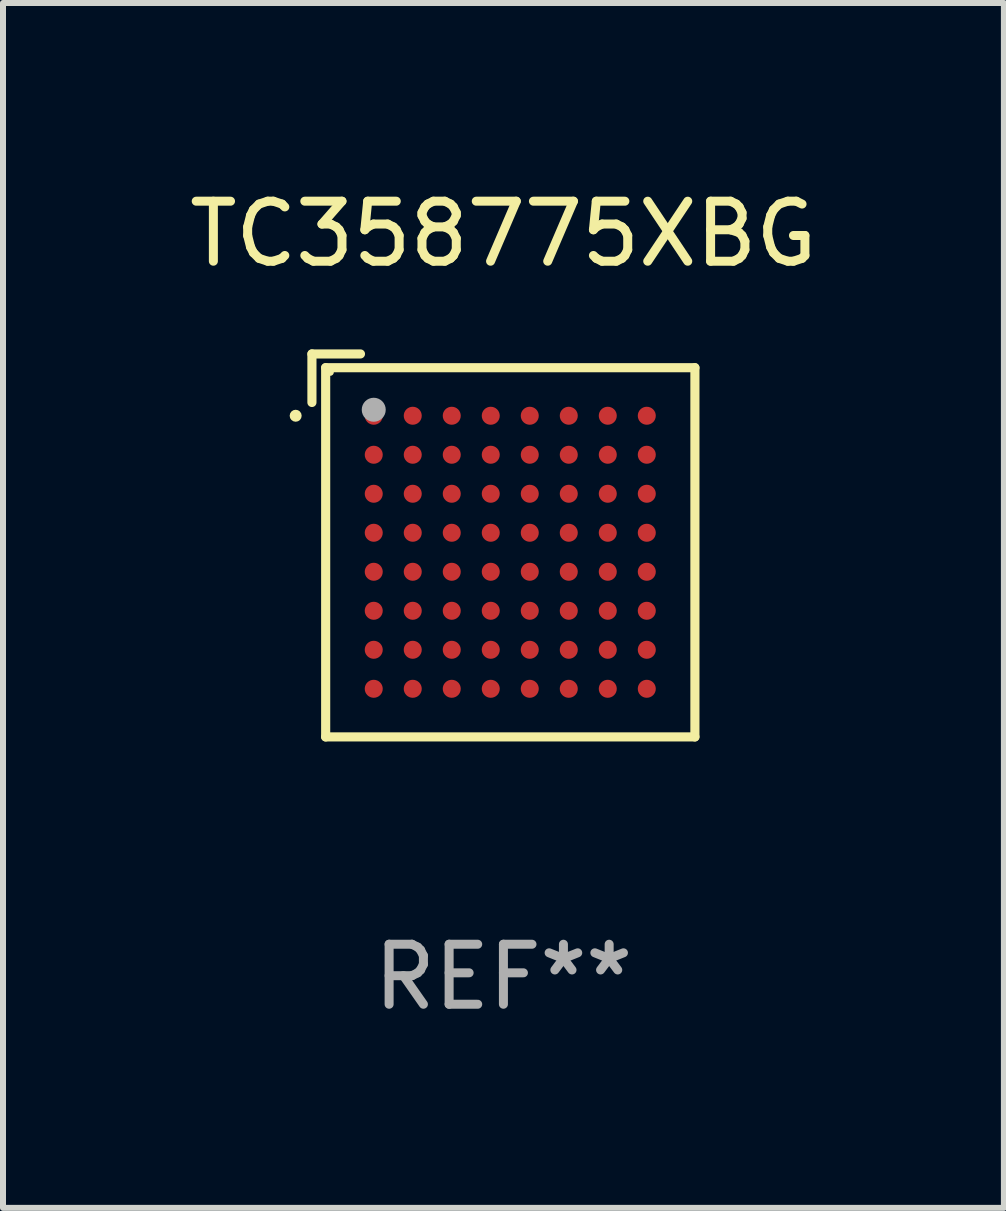
<source format=kicad_pcb>
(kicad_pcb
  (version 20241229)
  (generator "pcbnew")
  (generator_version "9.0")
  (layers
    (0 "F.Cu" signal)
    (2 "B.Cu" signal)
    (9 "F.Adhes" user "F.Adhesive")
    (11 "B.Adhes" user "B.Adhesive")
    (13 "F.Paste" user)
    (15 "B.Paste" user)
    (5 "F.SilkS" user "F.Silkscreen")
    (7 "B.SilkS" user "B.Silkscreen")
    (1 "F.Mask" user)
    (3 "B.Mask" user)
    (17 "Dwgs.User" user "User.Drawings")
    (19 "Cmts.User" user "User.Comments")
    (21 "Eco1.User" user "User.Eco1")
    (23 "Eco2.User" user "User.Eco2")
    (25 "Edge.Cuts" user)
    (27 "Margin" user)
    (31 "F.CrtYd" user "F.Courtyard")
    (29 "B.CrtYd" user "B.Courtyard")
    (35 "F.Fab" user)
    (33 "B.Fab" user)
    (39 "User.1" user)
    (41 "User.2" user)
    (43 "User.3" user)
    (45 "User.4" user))
  (footprint "TC358775XBG"
    (layer "F.Cu")
    (at 5.339 6.039)
    (property "Reference" "TC358775XBG" (at 0 -5.191 0) (layer "F.SilkS") (effects (font (size 1 1) (thickness 0.15))))
    (attr through_hole)
    (fp_line (start -3.191 -3.191) (end -2.382 -3.191) (stroke (width 0.152) (type solid)) (layer "F.SilkS"))
    (fp_line (start -3.191 -2.382) (end -3.191 -3.191) (stroke (width 0.152) (type solid)) (layer "F.SilkS"))
    (fp_line (start -2.962 -2.962) (end 3.191 -2.962) (stroke (width 0.152) (type solid)) (layer "F.SilkS"))
    (fp_line (start -2.962 3.191) (end -2.962 -2.962) (stroke (width 0.152) (type solid)) (layer "F.SilkS"))
    (fp_line (start 3.191 -2.962) (end 3.191 3.191) (stroke (width 0.152) (type solid)) (layer "F.SilkS"))
    (fp_line (start 3.191 3.191) (end -2.962 3.191) (stroke (width 0.152) (type solid)) (layer "F.SilkS"))
    (fp_circle (center -3.462 -2.161) (end -3.412 -2.161) (stroke (width 0.1) (type solid)) (fill no) (layer "F.SilkS"))
    (fp_circle (center -2.886 -2.886) (end -2.856 -2.886) (stroke (width 0.06) (type solid)) (fill no) (layer "F.SilkS"))
    (fp_circle (center -2.161 -2.261) (end -2.061 -2.261) (stroke (width 0.2) (type solid)) (fill no) (layer "F.Fab"))
    (fp_text user "REF**" (at 0 7.191 0) (layer "F.Fab") (effects (font (size 1 1) (thickness 0.15))))
    (pad "A1" smd circle (at -2.161 -2.161) (size 0.3 0.3) (layers "F.Cu" "F.Mask" "F.Paste"))
    (pad "A2" smd circle (at -1.511 -2.161) (size 0.3 0.3) (layers "F.Cu" "F.Mask" "F.Paste"))
    (pad "A3" smd circle (at -0.861 -2.161) (size 0.3 0.3) (layers "F.Cu" "F.Mask" "F.Paste"))
    (pad "A4" smd circle (at -0.211 -2.161) (size 0.3 0.3) (layers "F.Cu" "F.Mask" "F.Paste"))
    (pad "A5" smd circle (at 0.439 -2.161) (size 0.3 0.3) (layers "F.Cu" "F.Mask" "F.Paste"))
    (pad "A6" smd circle (at 1.089 -2.161) (size 0.3 0.3) (layers "F.Cu" "F.Mask" "F.Paste"))
    (pad "A7" smd circle (at 1.739 -2.161) (size 0.3 0.3) (layers "F.Cu" "F.Mask" "F.Paste"))
    (pad "A8" smd circle (at 2.389 -2.161) (size 0.3 0.3) (layers "F.Cu" "F.Mask" "F.Paste"))
    (pad "B1" smd circle (at -2.161 -1.511) (size 0.3 0.3) (layers "F.Cu" "F.Mask" "F.Paste"))
    (pad "B2" smd circle (at -1.511 -1.511) (size 0.3 0.3) (layers "F.Cu" "F.Mask" "F.Paste"))
    (pad "B3" smd circle (at -0.861 -1.511) (size 0.3 0.3) (layers "F.Cu" "F.Mask" "F.Paste"))
    (pad "B4" smd circle (at -0.211 -1.511) (size 0.3 0.3) (layers "F.Cu" "F.Mask" "F.Paste"))
    (pad "B5" smd circle (at 0.439 -1.511) (size 0.3 0.3) (layers "F.Cu" "F.Mask" "F.Paste"))
    (pad "B6" smd circle (at 1.089 -1.511) (size 0.3 0.3) (layers "F.Cu" "F.Mask" "F.Paste"))
    (pad "B7" smd circle (at 1.739 -1.511) (size 0.3 0.3) (layers "F.Cu" "F.Mask" "F.Paste"))
    (pad "B8" smd circle (at 2.389 -1.511) (size 0.3 0.3) (layers "F.Cu" "F.Mask" "F.Paste"))
    (pad "C1" smd circle (at -2.161 -0.861) (size 0.3 0.3) (layers "F.Cu" "F.Mask" "F.Paste"))
    (pad "C2" smd circle (at -1.511 -0.861) (size 0.3 0.3) (layers "F.Cu" "F.Mask" "F.Paste"))
    (pad "C3" smd circle (at -0.861 -0.861) (size 0.3 0.3) (layers "F.Cu" "F.Mask" "F.Paste"))
    (pad "C4" smd circle (at -0.211 -0.861) (size 0.3 0.3) (layers "F.Cu" "F.Mask" "F.Paste"))
    (pad "C5" smd circle (at 0.439 -0.861) (size 0.3 0.3) (layers "F.Cu" "F.Mask" "F.Paste"))
    (pad "C6" smd circle (at 1.089 -0.861) (size 0.3 0.3) (layers "F.Cu" "F.Mask" "F.Paste"))
    (pad "C7" smd circle (at 1.739 -0.861) (size 0.3 0.3) (layers "F.Cu" "F.Mask" "F.Paste"))
    (pad "C8" smd circle (at 2.389 -0.861) (size 0.3 0.3) (layers "F.Cu" "F.Mask" "F.Paste"))
    (pad "D1" smd circle (at -2.161 -0.211) (size 0.3 0.3) (layers "F.Cu" "F.Mask" "F.Paste"))
    (pad "D2" smd circle (at -1.511 -0.211) (size 0.3 0.3) (layers "F.Cu" "F.Mask" "F.Paste"))
    (pad "D3" smd circle (at -0.861 -0.211) (size 0.3 0.3) (layers "F.Cu" "F.Mask" "F.Paste"))
    (pad "D4" smd circle (at -0.211 -0.211) (size 0.3 0.3) (layers "F.Cu" "F.Mask" "F.Paste"))
    (pad "D5" smd circle (at 0.439 -0.211) (size 0.3 0.3) (layers "F.Cu" "F.Mask" "F.Paste"))
    (pad "D6" smd circle (at 1.089 -0.211) (size 0.3 0.3) (layers "F.Cu" "F.Mask" "F.Paste"))
    (pad "D7" smd circle (at 1.739 -0.211) (size 0.3 0.3) (layers "F.Cu" "F.Mask" "F.Paste"))
    (pad "D8" smd circle (at 2.389 -0.211) (size 0.3 0.3) (layers "F.Cu" "F.Mask" "F.Paste"))
    (pad "E1" smd circle (at -2.161 0.439) (size 0.3 0.3) (layers "F.Cu" "F.Mask" "F.Paste"))
    (pad "E2" smd circle (at -1.511 0.439) (size 0.3 0.3) (layers "F.Cu" "F.Mask" "F.Paste"))
    (pad "E3" smd circle (at -0.861 0.439) (size 0.3 0.3) (layers "F.Cu" "F.Mask" "F.Paste"))
    (pad "E4" smd circle (at -0.211 0.439) (size 0.3 0.3) (layers "F.Cu" "F.Mask" "F.Paste"))
    (pad "E5" smd circle (at 0.439 0.439) (size 0.3 0.3) (layers "F.Cu" "F.Mask" "F.Paste"))
    (pad "E6" smd circle (at 1.089 0.439) (size 0.3 0.3) (layers "F.Cu" "F.Mask" "F.Paste"))
    (pad "E7" smd circle (at 1.739 0.439) (size 0.3 0.3) (layers "F.Cu" "F.Mask" "F.Paste"))
    (pad "E8" smd circle (at 2.389 0.439) (size 0.3 0.3) (layers "F.Cu" "F.Mask" "F.Paste"))
    (pad "F1" smd circle (at -2.161 1.089) (size 0.3 0.3) (layers "F.Cu" "F.Mask" "F.Paste"))
    (pad "F2" smd circle (at -1.511 1.089) (size 0.3 0.3) (layers "F.Cu" "F.Mask" "F.Paste"))
    (pad "F3" smd circle (at -0.861 1.089) (size 0.3 0.3) (layers "F.Cu" "F.Mask" "F.Paste"))
    (pad "F4" smd circle (at -0.211 1.089) (size 0.3 0.3) (layers "F.Cu" "F.Mask" "F.Paste"))
    (pad "F5" smd circle (at 0.439 1.089) (size 0.3 0.3) (layers "F.Cu" "F.Mask" "F.Paste"))
    (pad "F6" smd circle (at 1.089 1.089) (size 0.3 0.3) (layers "F.Cu" "F.Mask" "F.Paste"))
    (pad "F7" smd circle (at 1.739 1.089) (size 0.3 0.3) (layers "F.Cu" "F.Mask" "F.Paste"))
    (pad "F8" smd circle (at 2.389 1.089) (size 0.3 0.3) (layers "F.Cu" "F.Mask" "F.Paste"))
    (pad "G1" smd circle (at -2.161 1.739) (size 0.3 0.3) (layers "F.Cu" "F.Mask" "F.Paste"))
    (pad "G2" smd circle (at -1.511 1.739) (size 0.3 0.3) (layers "F.Cu" "F.Mask" "F.Paste"))
    (pad "G3" smd circle (at -0.861 1.739) (size 0.3 0.3) (layers "F.Cu" "F.Mask" "F.Paste"))
    (pad "G4" smd circle (at -0.211 1.739) (size 0.3 0.3) (layers "F.Cu" "F.Mask" "F.Paste"))
    (pad "G5" smd circle (at 0.439 1.739) (size 0.3 0.3) (layers "F.Cu" "F.Mask" "F.Paste"))
    (pad "G6" smd circle (at 1.089 1.739) (size 0.3 0.3) (layers "F.Cu" "F.Mask" "F.Paste"))
    (pad "G7" smd circle (at 1.739 1.739) (size 0.3 0.3) (layers "F.Cu" "F.Mask" "F.Paste"))
    (pad "G8" smd circle (at 2.389 1.739) (size 0.3 0.3) (layers "F.Cu" "F.Mask" "F.Paste"))
    (pad "H1" smd circle (at -2.161 2.389) (size 0.3 0.3) (layers "F.Cu" "F.Mask" "F.Paste"))
    (pad "H2" smd circle (at -1.511 2.389) (size 0.3 0.3) (layers "F.Cu" "F.Mask" "F.Paste"))
    (pad "H3" smd circle (at -0.861 2.389) (size 0.3 0.3) (layers "F.Cu" "F.Mask" "F.Paste"))
    (pad "H4" smd circle (at -0.211 2.389) (size 0.3 0.3) (layers "F.Cu" "F.Mask" "F.Paste"))
    (pad "H5" smd circle (at 0.439 2.389) (size 0.3 0.3) (layers "F.Cu" "F.Mask" "F.Paste"))
    (pad "H6" smd circle (at 1.089 2.389) (size 0.3 0.3) (layers "F.Cu" "F.Mask" "F.Paste"))
    (pad "H7" smd circle (at 1.739 2.389) (size 0.3 0.3) (layers "F.Cu" "F.Mask" "F.Paste"))
    (pad "H8" smd circle (at 2.389 2.389) (size 0.3 0.3) (layers "F.Cu" "F.Mask" "F.Paste")))
  (gr_rect
    (start -3 -3)
    (end 13.679 17.078)
    (stroke (width 0.1) (type default))
    (fill no)
    (layer "Edge.Cuts")))
</source>
